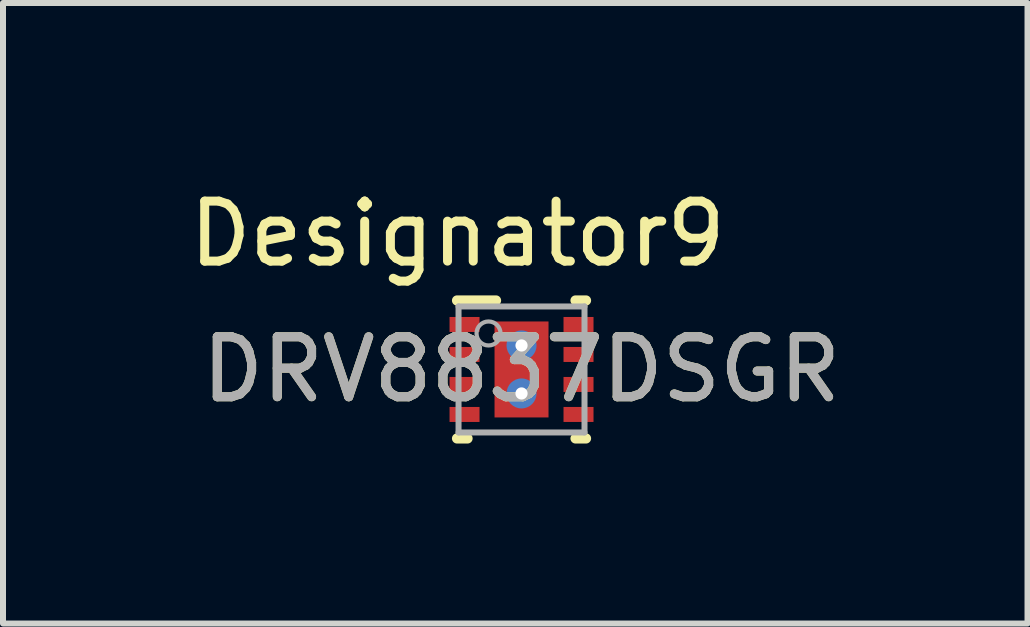
<source format=kicad_pcb>
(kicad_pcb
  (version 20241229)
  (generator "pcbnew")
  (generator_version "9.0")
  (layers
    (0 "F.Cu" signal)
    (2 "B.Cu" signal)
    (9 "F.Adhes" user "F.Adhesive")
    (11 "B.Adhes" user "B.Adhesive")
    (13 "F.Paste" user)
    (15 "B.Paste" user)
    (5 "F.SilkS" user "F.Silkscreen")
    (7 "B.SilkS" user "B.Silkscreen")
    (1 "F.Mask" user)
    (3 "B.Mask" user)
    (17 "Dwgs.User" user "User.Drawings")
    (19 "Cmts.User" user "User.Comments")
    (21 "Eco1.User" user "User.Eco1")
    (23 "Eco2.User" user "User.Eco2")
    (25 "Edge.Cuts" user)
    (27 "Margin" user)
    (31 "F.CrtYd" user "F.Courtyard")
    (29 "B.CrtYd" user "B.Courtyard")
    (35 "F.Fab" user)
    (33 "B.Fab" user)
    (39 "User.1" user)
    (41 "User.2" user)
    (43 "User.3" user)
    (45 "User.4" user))
  (footprint "DRV8837DSGR"
    (layer "F.Cu")
    (at 5.644 3.109)
    (property "Reference" "DRV8837DSGR" (at 0 0 0) (unlocked yes) (layer "F.SilkS") (effects (font (size 1 1) (thickness 0.15))))
    (attr smd)
    (fp_line (start -1.075 -1.15) (end -0.425 -1.15) (stroke (width 0.17) (type solid)) (layer "F.SilkS"))
    (fp_line (start -1.075 1.15) (end -0.9 1.15) (stroke (width 0.17) (type solid)) (layer "F.SilkS"))
    (fp_line (start 0.9 -1.15) (end 1.075 -1.15) (stroke (width 0.17) (type solid)) (layer "F.SilkS"))
    (fp_line (start 0.9 1.15) (end 1.075 1.15) (stroke (width 0.17) (type solid)) (layer "F.SilkS"))
    (fp_poly (pts (xy -0.427 0.733) (xy 0.427 0.733) (xy 0.427 -0.733) (xy -0.427 -0.733)) (stroke (width 0) (type solid)) (fill yes) (layer "F.Paste"))
    (fp_line (start -1.05 -1.05) (end 1.05 -1.05) (stroke (width 0.1) (type solid)) (layer "F.Fab"))
    (fp_line (start -1.05 1.05) (end -1.05 -1.05) (stroke (width 0.1) (type solid)) (layer "F.Fab"))
    (fp_line (start -1.05 1.05) (end 1.05 1.05) (stroke (width 0.1) (type solid)) (layer "F.Fab"))
    (fp_line (start 1.05 1.05) (end 1.05 -1.05) (stroke (width 0.1) (type solid)) (layer "F.Fab"))
    (fp_circle (center -0.55 -0.6) (end -0.35 -0.6) (stroke (width 0.07) (type solid)) (fill no) (layer "F.Fab"))
    (fp_text user "Designator9" (at -1.067 -2.261 0) (unlocked yes) (layer "F.SilkS") (effects (font (size 1 1) (thickness 0.15))))
    (fp_text user "${REFERENCE}" (at 0 0 0) (unlocked yes) (layer "F.Fab") (effects (font (size 1 1) (thickness 0.15))))
    (pad "1" smd rect (at -0.95 -0.75 90) (size 0.25 0.5) (layers "F.Cu" "F.Mask" "F.Paste"))
    (pad "2" smd rect (at -0.95 -0.25 90) (size 0.25 0.5) (layers "F.Cu" "F.Mask" "F.Paste"))
    (pad "3" smd rect (at -0.95 0.25 90) (size 0.25 0.5) (layers "F.Cu" "F.Mask" "F.Paste"))
    (pad "4" smd rect (at -0.95 0.75 90) (size 0.25 0.5) (layers "F.Cu" "F.Mask" "F.Paste"))
    (pad "5" smd rect (at 0.95 0.75 90) (size 0.25 0.5) (layers "F.Cu" "F.Mask" "F.Paste"))
    (pad "6" smd rect (at 0.95 0.25 90) (size 0.25 0.5) (layers "F.Cu" "F.Mask" "F.Paste"))
    (pad "7" smd rect (at 0.95 -0.25 90) (size 0.25 0.5) (layers "F.Cu" "F.Mask" "F.Paste"))
    (pad "8" smd rect (at 0.95 -0.75 90) (size 0.25 0.5) (layers "F.Cu" "F.Mask" "F.Paste"))
    (pad "9" smd rect (at 0 -0.000003) (size 0.9 1.6) (layers "F.Cu" "F.Mask" "F.Paste"))
    (pad "V" thru_hole circle (at 0 -0.4) (size 0.5 0.5) (drill 0.203) (layers "*.Cu" "*.Mask"))
    (pad "V" thru_hole circle (at 0 0.4) (size 0.5 0.5) (drill 0.203) (layers "*.Cu" "*.Mask")))
  (gr_rect
    (start -3 -3)
    (end 14.079 7.344)
    (stroke (width 0.1) (type default))
    (fill no)
    (layer "Edge.Cuts")))
</source>
